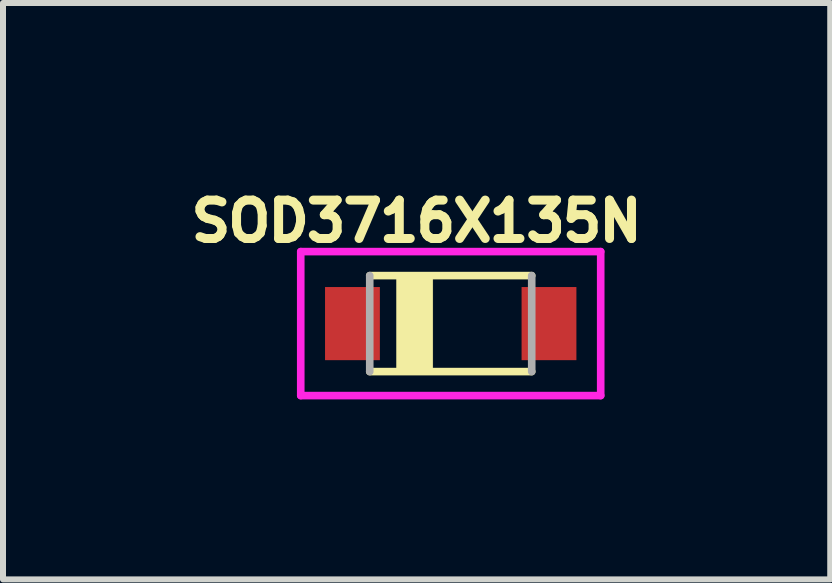
<source format=kicad_pcb>
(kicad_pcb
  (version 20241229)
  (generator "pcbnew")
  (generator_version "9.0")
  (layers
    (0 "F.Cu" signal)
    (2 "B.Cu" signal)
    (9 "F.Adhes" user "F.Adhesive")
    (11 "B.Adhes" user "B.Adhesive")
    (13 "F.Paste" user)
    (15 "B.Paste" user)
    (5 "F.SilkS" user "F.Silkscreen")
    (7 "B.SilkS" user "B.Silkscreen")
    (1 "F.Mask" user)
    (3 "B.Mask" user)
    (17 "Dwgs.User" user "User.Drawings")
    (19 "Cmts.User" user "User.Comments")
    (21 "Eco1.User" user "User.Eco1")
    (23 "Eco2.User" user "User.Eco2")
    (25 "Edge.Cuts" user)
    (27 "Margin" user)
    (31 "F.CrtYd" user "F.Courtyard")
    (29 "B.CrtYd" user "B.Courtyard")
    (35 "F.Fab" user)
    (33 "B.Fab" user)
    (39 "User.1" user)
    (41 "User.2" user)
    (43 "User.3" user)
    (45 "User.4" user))
  (footprint "SOD3716X135N"
    (layer "F.Cu")
    (at 4.463 2.344)
    (property "Reference" "SOD3716X135N" (at -0.568 -1.707 0) (layer "F.SilkS") (effects (font (size 0.64 0.64) (thickness 0.15))))
    (attr smd)
    (fp_line (start -1.35 -0.8) (end 1.35 -0.8) (stroke (width 0.127) (type solid)) (layer "F.SilkS"))
    (fp_line (start 1.35 0.8) (end -1.35 0.8) (stroke (width 0.127) (type solid)) (layer "F.SilkS"))
    (fp_poly (pts (xy -0.901 -0.8) (xy -0.3 -0.8) (xy -0.3 0.801) (xy -0.901 0.801)) (stroke (width 0.01) (type solid)) (fill yes) (layer "F.SilkS"))
    (fp_line (start -2.5 -1.2) (end -2.5 1.2) (stroke (width 0.127) (type solid)) (layer "F.CrtYd"))
    (fp_line (start -2.5 1.2) (end 2.5 1.2) (stroke (width 0.127) (type solid)) (layer "F.CrtYd"))
    (fp_line (start 2.5 -1.2) (end -2.5 -1.2) (stroke (width 0.127) (type solid)) (layer "F.CrtYd"))
    (fp_line (start 2.5 1.2) (end 2.5 -1.2) (stroke (width 0.127) (type solid)) (layer "F.CrtYd"))
    (fp_line (start -1.35 0.8) (end -1.35 -0.8) (stroke (width 0.127) (type solid)) (layer "F.Fab"))
    (fp_line (start 1.35 -0.8) (end 1.35 0.8) (stroke (width 0.127) (type solid)) (layer "F.Fab"))
    (pad "A" smd rect (at 1.638 0) (size 0.914 1.219) (layers "F.Cu" "F.Mask" "F.Paste"))
    (pad "C" smd rect (at -1.638 0) (size 0.914 1.219) (layers "F.Cu" "F.Mask" "F.Paste")))
  (gr_rect
    (start -3 -3)
    (end 10.789 6.608)
    (stroke (width 0.1) (type default))
    (fill no)
    (layer "Edge.Cuts")))
</source>
